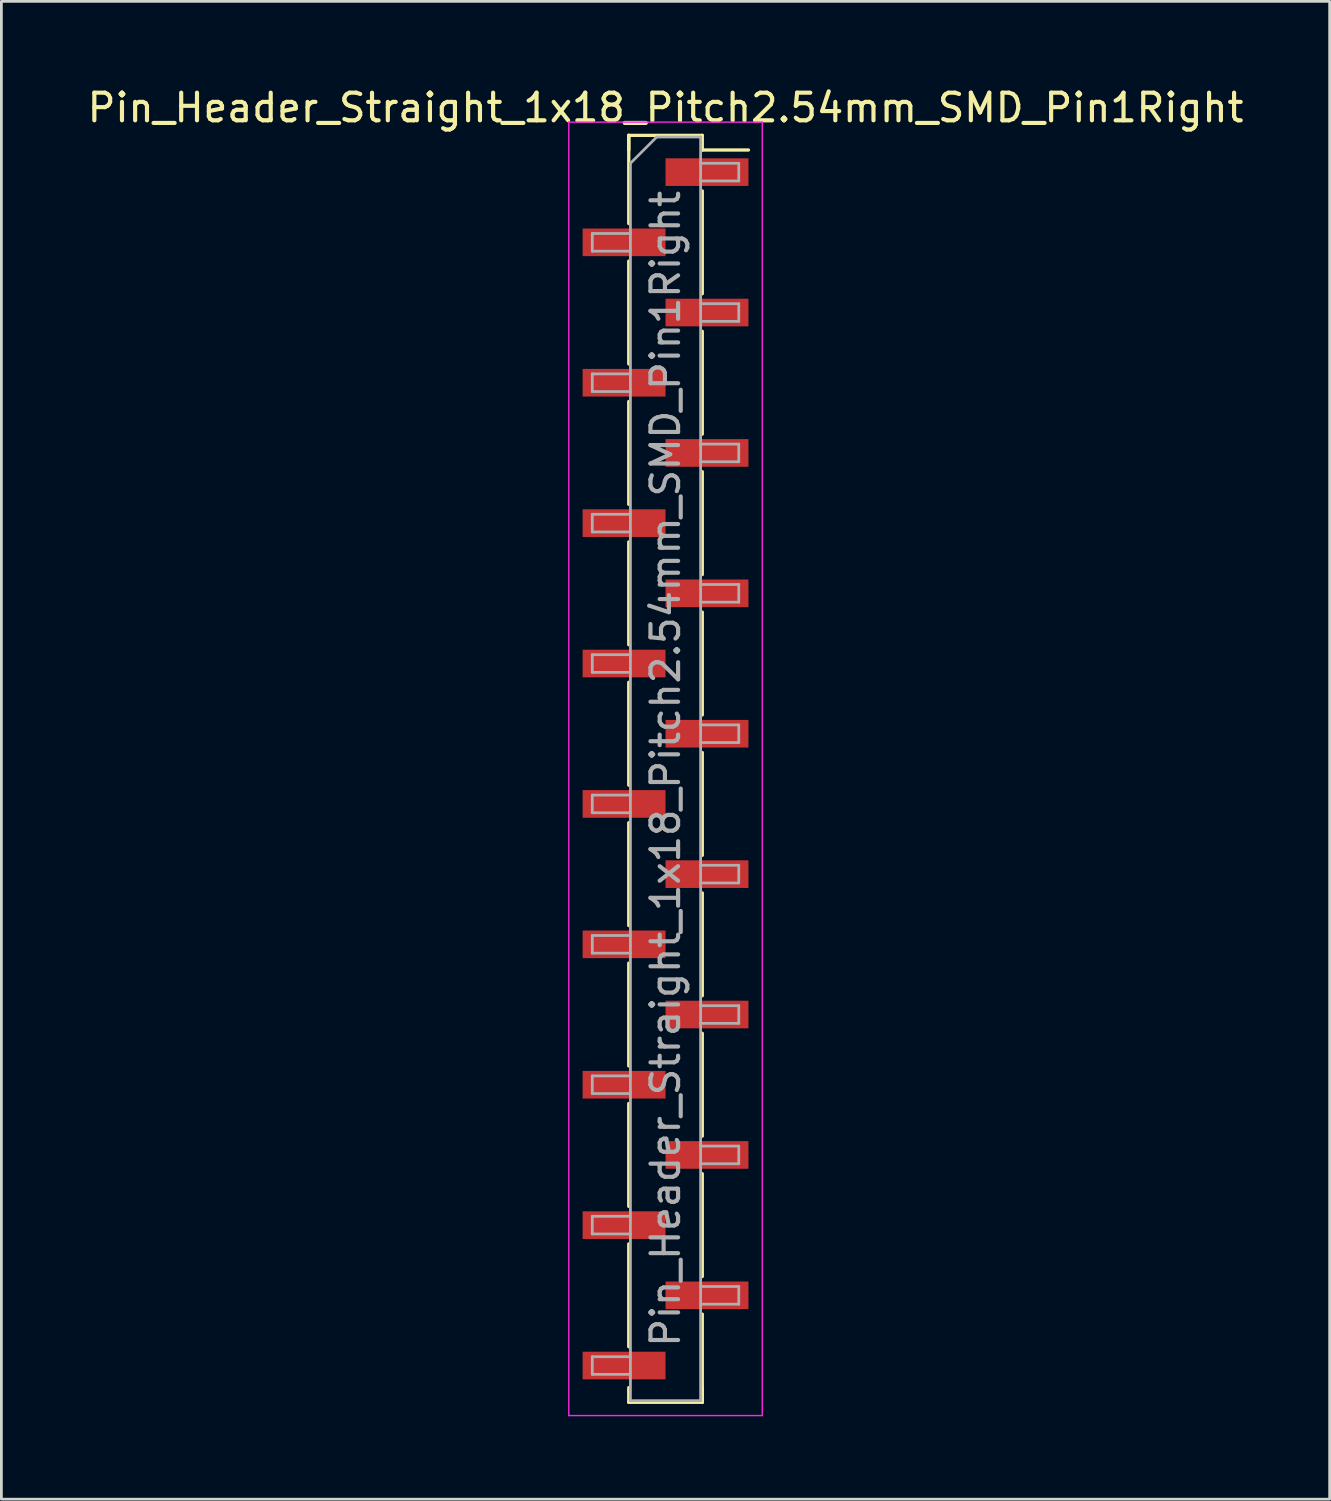
<source format=kicad_pcb>
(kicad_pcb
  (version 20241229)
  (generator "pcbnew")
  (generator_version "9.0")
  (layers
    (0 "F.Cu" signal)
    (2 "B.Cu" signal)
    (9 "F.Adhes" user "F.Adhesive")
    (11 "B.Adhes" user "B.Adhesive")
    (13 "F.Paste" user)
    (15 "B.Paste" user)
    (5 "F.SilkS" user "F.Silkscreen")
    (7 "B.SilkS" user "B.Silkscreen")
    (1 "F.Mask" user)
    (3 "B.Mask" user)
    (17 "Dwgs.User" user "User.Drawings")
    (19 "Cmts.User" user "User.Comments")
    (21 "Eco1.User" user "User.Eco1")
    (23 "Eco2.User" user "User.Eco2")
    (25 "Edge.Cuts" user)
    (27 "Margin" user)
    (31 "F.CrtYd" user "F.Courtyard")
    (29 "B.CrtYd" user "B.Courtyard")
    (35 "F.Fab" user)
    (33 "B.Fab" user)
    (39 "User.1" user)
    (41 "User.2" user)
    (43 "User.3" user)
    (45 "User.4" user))
  (footprint "Pin_Header_Straight_1x18_Pitch2.54mm_SMD_Pin1Right"
    (layer "F.Cu")
    (at 21.03 24.768)
    (property "Reference" "Pin_Header_Straight_1x18_Pitch2.54mm_SMD_Pin1Right" (at 0 -23.92 0) (layer "F.SilkS") (effects (font (size 1 1) (thickness 0.15))))
    (attr smd)
    (fp_line (start -1.33 -22.92) (end -1.33 -19.73) (stroke (width 0.12) (type solid)) (layer "F.SilkS"))
    (fp_line (start -1.33 -22.92) (end 1.33 -22.92) (stroke (width 0.12) (type solid)) (layer "F.SilkS"))
    (fp_line (start -1.33 -22.39) (end -1.33 -22.92) (stroke (width 0.12) (type solid)) (layer "F.SilkS"))
    (fp_line (start -1.33 -18.37) (end -1.33 -14.65) (stroke (width 0.12) (type solid)) (layer "F.SilkS"))
    (fp_line (start -1.33 -13.29) (end -1.33 -9.57) (stroke (width 0.12) (type solid)) (layer "F.SilkS"))
    (fp_line (start -1.33 -8.21) (end -1.33 -4.49) (stroke (width 0.12) (type solid)) (layer "F.SilkS"))
    (fp_line (start -1.33 -3.13) (end -1.33 0.59) (stroke (width 0.12) (type solid)) (layer "F.SilkS"))
    (fp_line (start -1.33 1.95) (end -1.33 5.67) (stroke (width 0.12) (type solid)) (layer "F.SilkS"))
    (fp_line (start -1.33 7.03) (end -1.33 10.75) (stroke (width 0.12) (type solid)) (layer "F.SilkS"))
    (fp_line (start -1.33 12.11) (end -1.33 15.83) (stroke (width 0.12) (type solid)) (layer "F.SilkS"))
    (fp_line (start -1.33 17.19) (end -1.33 20.91) (stroke (width 0.12) (type solid)) (layer "F.SilkS"))
    (fp_line (start -1.33 22.39) (end -1.33 22.92) (stroke (width 0.12) (type solid)) (layer "F.SilkS"))
    (fp_line (start -1.33 22.92) (end 1.33 22.92) (stroke (width 0.12) (type solid)) (layer "F.SilkS"))
    (fp_line (start 1.33 -22.92) (end 1.33 -22.39) (stroke (width 0.12) (type solid)) (layer "F.SilkS"))
    (fp_line (start 1.33 -22.39) (end 3 -22.39) (stroke (width 0.12) (type solid)) (layer "F.SilkS"))
    (fp_line (start 1.33 -20.91) (end 1.33 -17.19) (stroke (width 0.12) (type solid)) (layer "F.SilkS"))
    (fp_line (start 1.33 -15.83) (end 1.33 -12.11) (stroke (width 0.12) (type solid)) (layer "F.SilkS"))
    (fp_line (start 1.33 -10.75) (end 1.33 -7.03) (stroke (width 0.12) (type solid)) (layer "F.SilkS"))
    (fp_line (start 1.33 -5.67) (end 1.33 -1.95) (stroke (width 0.12) (type solid)) (layer "F.SilkS"))
    (fp_line (start 1.33 -0.59) (end 1.33 3.13) (stroke (width 0.12) (type solid)) (layer "F.SilkS"))
    (fp_line (start 1.33 4.49) (end 1.33 8.21) (stroke (width 0.12) (type solid)) (layer "F.SilkS"))
    (fp_line (start 1.33 9.57) (end 1.33 13.29) (stroke (width 0.12) (type solid)) (layer "F.SilkS"))
    (fp_line (start 1.33 14.65) (end 1.33 18.37) (stroke (width 0.12) (type solid)) (layer "F.SilkS"))
    (fp_line (start 1.33 19.73) (end 1.33 22.92) (stroke (width 0.12) (type solid)) (layer "F.SilkS"))
    (fp_line (start 1.33 22.92) (end 1.33 22.39) (stroke (width 0.12) (type solid)) (layer "F.SilkS"))
    (fp_line (start -3.5 -23.4) (end -3.5 23.4) (stroke (width 0.05) (type solid)) (layer "F.CrtYd"))
    (fp_line (start -3.5 23.4) (end 3.5 23.4) (stroke (width 0.05) (type solid)) (layer "F.CrtYd"))
    (fp_line (start 3.5 -23.4) (end -3.5 -23.4) (stroke (width 0.05) (type solid)) (layer "F.CrtYd"))
    (fp_line (start 3.5 23.4) (end 3.5 -23.4) (stroke (width 0.05) (type solid)) (layer "F.CrtYd"))
    (fp_line (start -2.65 -19.37) (end -2.65 -18.73) (stroke (width 0.1) (type solid)) (layer "F.Fab"))
    (fp_line (start -2.65 -18.73) (end -1.27 -18.73) (stroke (width 0.1) (type solid)) (layer "F.Fab"))
    (fp_line (start -2.65 -14.29) (end -2.65 -13.65) (stroke (width 0.1) (type solid)) (layer "F.Fab"))
    (fp_line (start -2.65 -13.65) (end -1.27 -13.65) (stroke (width 0.1) (type solid)) (layer "F.Fab"))
    (fp_line (start -2.65 -9.21) (end -2.65 -8.57) (stroke (width 0.1) (type solid)) (layer "F.Fab"))
    (fp_line (start -2.65 -8.57) (end -1.27 -8.57) (stroke (width 0.1) (type solid)) (layer "F.Fab"))
    (fp_line (start -2.65 -4.13) (end -2.65 -3.49) (stroke (width 0.1) (type solid)) (layer "F.Fab"))
    (fp_line (start -2.65 -3.49) (end -1.27 -3.49) (stroke (width 0.1) (type solid)) (layer "F.Fab"))
    (fp_line (start -2.65 0.95) (end -2.65 1.59) (stroke (width 0.1) (type solid)) (layer "F.Fab"))
    (fp_line (start -2.65 1.59) (end -1.27 1.59) (stroke (width 0.1) (type solid)) (layer "F.Fab"))
    (fp_line (start -2.65 6.03) (end -2.65 6.67) (stroke (width 0.1) (type solid)) (layer "F.Fab"))
    (fp_line (start -2.65 6.67) (end -1.27 6.67) (stroke (width 0.1) (type solid)) (layer "F.Fab"))
    (fp_line (start -2.65 11.11) (end -2.65 11.75) (stroke (width 0.1) (type solid)) (layer "F.Fab"))
    (fp_line (start -2.65 11.75) (end -1.27 11.75) (stroke (width 0.1) (type solid)) (layer "F.Fab"))
    (fp_line (start -2.65 16.19) (end -2.65 16.83) (stroke (width 0.1) (type solid)) (layer "F.Fab"))
    (fp_line (start -2.65 16.83) (end -1.27 16.83) (stroke (width 0.1) (type solid)) (layer "F.Fab"))
    (fp_line (start -2.65 21.27) (end -2.65 21.91) (stroke (width 0.1) (type solid)) (layer "F.Fab"))
    (fp_line (start -2.65 21.91) (end -1.27 21.91) (stroke (width 0.1) (type solid)) (layer "F.Fab"))
    (fp_line (start -1.27 -21.91) (end -0.32 -22.86) (stroke (width 0.1) (type solid)) (layer "F.Fab"))
    (fp_line (start -1.27 -19.37) (end -2.65 -19.37) (stroke (width 0.1) (type solid)) (layer "F.Fab"))
    (fp_line (start -1.27 -14.29) (end -2.65 -14.29) (stroke (width 0.1) (type solid)) (layer "F.Fab"))
    (fp_line (start -1.27 -9.21) (end -2.65 -9.21) (stroke (width 0.1) (type solid)) (layer "F.Fab"))
    (fp_line (start -1.27 -4.13) (end -2.65 -4.13) (stroke (width 0.1) (type solid)) (layer "F.Fab"))
    (fp_line (start -1.27 0.95) (end -2.65 0.95) (stroke (width 0.1) (type solid)) (layer "F.Fab"))
    (fp_line (start -1.27 6.03) (end -2.65 6.03) (stroke (width 0.1) (type solid)) (layer "F.Fab"))
    (fp_line (start -1.27 11.11) (end -2.65 11.11) (stroke (width 0.1) (type solid)) (layer "F.Fab"))
    (fp_line (start -1.27 16.19) (end -2.65 16.19) (stroke (width 0.1) (type solid)) (layer "F.Fab"))
    (fp_line (start -1.27 21.27) (end -2.65 21.27) (stroke (width 0.1) (type solid)) (layer "F.Fab"))
    (fp_line (start -1.27 22.86) (end -1.27 -21.91) (stroke (width 0.1) (type solid)) (layer "F.Fab"))
    (fp_line (start -0.32 -22.86) (end 1.27 -22.86) (stroke (width 0.1) (type solid)) (layer "F.Fab"))
    (fp_line (start 1.27 -22.86) (end 1.27 22.86) (stroke (width 0.1) (type solid)) (layer "F.Fab"))
    (fp_line (start 1.27 -21.91) (end 2.65 -21.91) (stroke (width 0.1) (type solid)) (layer "F.Fab"))
    (fp_line (start 1.27 -16.83) (end 2.65 -16.83) (stroke (width 0.1) (type solid)) (layer "F.Fab"))
    (fp_line (start 1.27 -11.75) (end 2.65 -11.75) (stroke (width 0.1) (type solid)) (layer "F.Fab"))
    (fp_line (start 1.27 -6.67) (end 2.65 -6.67) (stroke (width 0.1) (type solid)) (layer "F.Fab"))
    (fp_line (start 1.27 -1.59) (end 2.65 -1.59) (stroke (width 0.1) (type solid)) (layer "F.Fab"))
    (fp_line (start 1.27 3.49) (end 2.65 3.49) (stroke (width 0.1) (type solid)) (layer "F.Fab"))
    (fp_line (start 1.27 8.57) (end 2.65 8.57) (stroke (width 0.1) (type solid)) (layer "F.Fab"))
    (fp_line (start 1.27 13.65) (end 2.65 13.65) (stroke (width 0.1) (type solid)) (layer "F.Fab"))
    (fp_line (start 1.27 18.73) (end 2.65 18.73) (stroke (width 0.1) (type solid)) (layer "F.Fab"))
    (fp_line (start 1.27 22.86) (end -1.27 22.86) (stroke (width 0.1) (type solid)) (layer "F.Fab"))
    (fp_line (start 2.65 -21.91) (end 2.65 -21.27) (stroke (width 0.1) (type solid)) (layer "F.Fab"))
    (fp_line (start 2.65 -21.27) (end 1.27 -21.27) (stroke (width 0.1) (type solid)) (layer "F.Fab"))
    (fp_line (start 2.65 -16.83) (end 2.65 -16.19) (stroke (width 0.1) (type solid)) (layer "F.Fab"))
    (fp_line (start 2.65 -16.19) (end 1.27 -16.19) (stroke (width 0.1) (type solid)) (layer "F.Fab"))
    (fp_line (start 2.65 -11.75) (end 2.65 -11.11) (stroke (width 0.1) (type solid)) (layer "F.Fab"))
    (fp_line (start 2.65 -11.11) (end 1.27 -11.11) (stroke (width 0.1) (type solid)) (layer "F.Fab"))
    (fp_line (start 2.65 -6.67) (end 2.65 -6.03) (stroke (width 0.1) (type solid)) (layer "F.Fab"))
    (fp_line (start 2.65 -6.03) (end 1.27 -6.03) (stroke (width 0.1) (type solid)) (layer "F.Fab"))
    (fp_line (start 2.65 -1.59) (end 2.65 -0.95) (stroke (width 0.1) (type solid)) (layer "F.Fab"))
    (fp_line (start 2.65 -0.95) (end 1.27 -0.95) (stroke (width 0.1) (type solid)) (layer "F.Fab"))
    (fp_line (start 2.65 3.49) (end 2.65 4.13) (stroke (width 0.1) (type solid)) (layer "F.Fab"))
    (fp_line (start 2.65 4.13) (end 1.27 4.13) (stroke (width 0.1) (type solid)) (layer "F.Fab"))
    (fp_line (start 2.65 8.57) (end 2.65 9.21) (stroke (width 0.1) (type solid)) (layer "F.Fab"))
    (fp_line (start 2.65 9.21) (end 1.27 9.21) (stroke (width 0.1) (type solid)) (layer "F.Fab"))
    (fp_line (start 2.65 13.65) (end 2.65 14.29) (stroke (width 0.1) (type solid)) (layer "F.Fab"))
    (fp_line (start 2.65 14.29) (end 1.27 14.29) (stroke (width 0.1) (type solid)) (layer "F.Fab"))
    (fp_line (start 2.65 18.73) (end 2.65 19.37) (stroke (width 0.1) (type solid)) (layer "F.Fab"))
    (fp_line (start 2.65 19.37) (end 1.27 19.37) (stroke (width 0.1) (type solid)) (layer "F.Fab"))
    (fp_text user "${REFERENCE}" (at 0 0 90) (layer "F.Fab") (effects (font (size 1 1) (thickness 0.15))))
    (pad "1" smd rect (at 1.5 -21.59) (size 3 1) (layers "F.Cu" "F.Mask" "F.Paste"))
    (pad "2" smd rect (at -1.5 -19.05) (size 3 1) (layers "F.Cu" "F.Mask" "F.Paste"))
    (pad "3" smd rect (at 1.5 -16.51) (size 3 1) (layers "F.Cu" "F.Mask" "F.Paste"))
    (pad "4" smd rect (at -1.5 -13.97) (size 3 1) (layers "F.Cu" "F.Mask" "F.Paste"))
    (pad "5" smd rect (at 1.5 -11.43) (size 3 1) (layers "F.Cu" "F.Mask" "F.Paste"))
    (pad "6" smd rect (at -1.5 -8.89) (size 3 1) (layers "F.Cu" "F.Mask" "F.Paste"))
    (pad "7" smd rect (at 1.5 -6.35) (size 3 1) (layers "F.Cu" "F.Mask" "F.Paste"))
    (pad "8" smd rect (at -1.5 -3.81) (size 3 1) (layers "F.Cu" "F.Mask" "F.Paste"))
    (pad "9" smd rect (at 1.5 -1.27) (size 3 1) (layers "F.Cu" "F.Mask" "F.Paste"))
    (pad "10" smd rect (at -1.5 1.27) (size 3 1) (layers "F.Cu" "F.Mask" "F.Paste"))
    (pad "11" smd rect (at 1.5 3.81) (size 3 1) (layers "F.Cu" "F.Mask" "F.Paste"))
    (pad "12" smd rect (at -1.5 6.35) (size 3 1) (layers "F.Cu" "F.Mask" "F.Paste"))
    (pad "13" smd rect (at 1.5 8.89) (size 3 1) (layers "F.Cu" "F.Mask" "F.Paste"))
    (pad "14" smd rect (at -1.5 11.43) (size 3 1) (layers "F.Cu" "F.Mask" "F.Paste"))
    (pad "15" smd rect (at 1.5 13.97) (size 3 1) (layers "F.Cu" "F.Mask" "F.Paste"))
    (pad "16" smd rect (at -1.5 16.51) (size 3 1) (layers "F.Cu" "F.Mask" "F.Paste"))
    (pad "17" smd rect (at 1.5 19.05) (size 3 1) (layers "F.Cu" "F.Mask" "F.Paste"))
    (pad "18" smd rect (at -1.5 21.59) (size 3 1) (layers "F.Cu" "F.Mask" "F.Paste")))
  (gr_rect
    (start -3 -3)
    (end 45.06 51.193)
    (stroke (width 0.1) (type default))
    (fill no)
    (layer "Edge.Cuts")))
</source>
